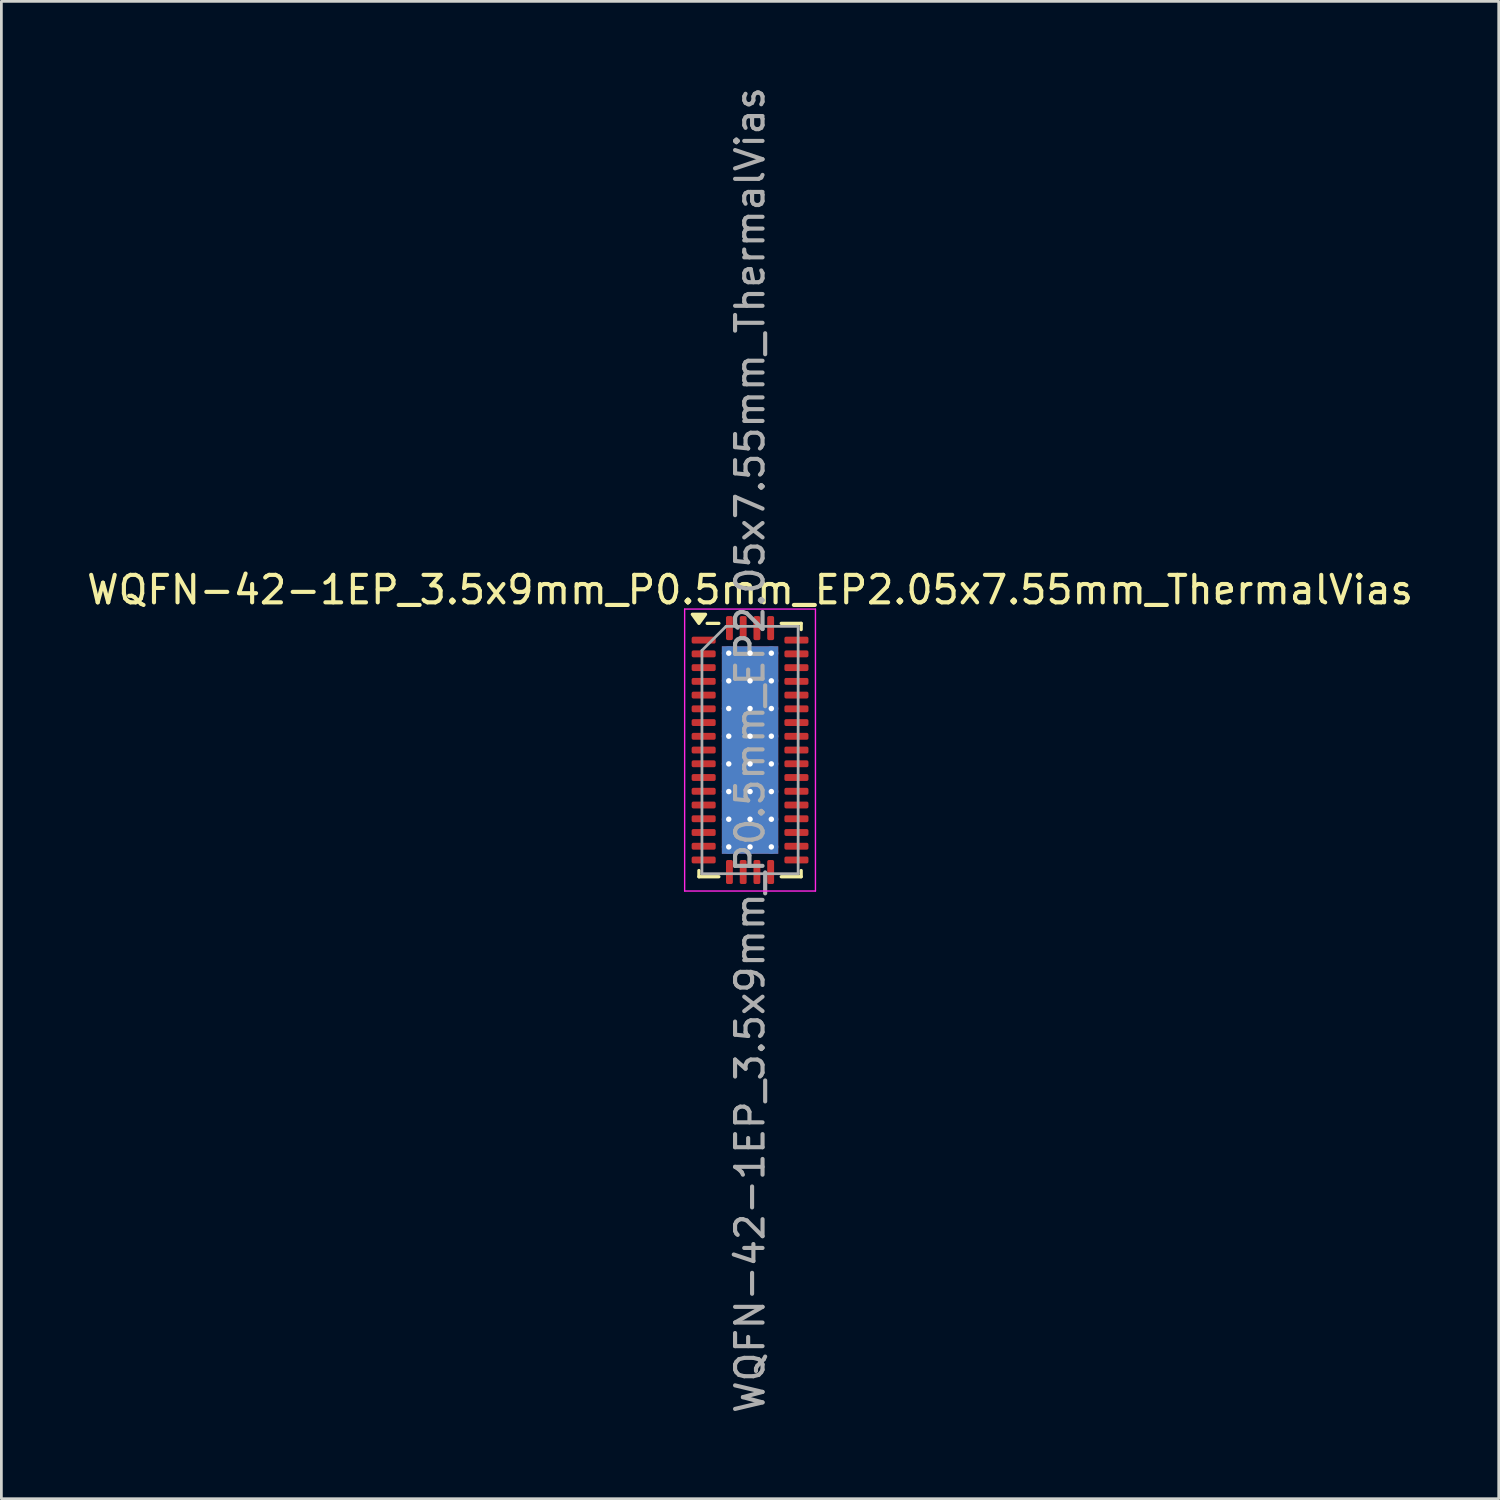
<source format=kicad_pcb>
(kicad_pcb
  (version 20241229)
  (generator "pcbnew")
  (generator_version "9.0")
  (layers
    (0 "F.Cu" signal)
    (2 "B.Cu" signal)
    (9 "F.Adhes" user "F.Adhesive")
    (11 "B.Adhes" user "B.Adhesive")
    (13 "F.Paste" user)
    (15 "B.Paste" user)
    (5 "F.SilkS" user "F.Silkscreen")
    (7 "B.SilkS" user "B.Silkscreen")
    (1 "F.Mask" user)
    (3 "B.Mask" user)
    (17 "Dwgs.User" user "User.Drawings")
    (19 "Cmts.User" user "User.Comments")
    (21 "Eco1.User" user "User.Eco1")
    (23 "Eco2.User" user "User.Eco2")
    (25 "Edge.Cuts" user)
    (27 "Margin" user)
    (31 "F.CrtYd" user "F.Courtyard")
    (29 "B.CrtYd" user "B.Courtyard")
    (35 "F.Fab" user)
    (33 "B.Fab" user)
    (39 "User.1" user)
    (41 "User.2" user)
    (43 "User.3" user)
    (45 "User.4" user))
  (footprint "WQFN-42-1EP_3.5x9mm_P0.5mm_EP2.05x7.55mm_ThermalVias"
    (layer "F.Cu")
    (at 24.244 24.244)
    (property "Reference" "WQFN-42-1EP_3.5x9mm_P0.5mm_EP2.05x7.55mm_ThermalVias" (at 0 -5.83 0) (layer "F.SilkS") (effects (font (size 1 1) (thickness 0.15))))
    (attr smd)
    (fp_line (start -1.86 4.61) (end -1.86 4.385) (stroke (width 0.12) (type solid)) (layer "F.SilkS"))
    (fp_line (start -1.135 -4.61) (end -1.56 -4.61) (stroke (width 0.12) (type solid)) (layer "F.SilkS"))
    (fp_line (start -1.135 4.61) (end -1.86 4.61) (stroke (width 0.12) (type solid)) (layer "F.SilkS"))
    (fp_line (start 1.135 -4.61) (end 1.86 -4.61) (stroke (width 0.12) (type solid)) (layer "F.SilkS"))
    (fp_line (start 1.135 4.61) (end 1.86 4.61) (stroke (width 0.12) (type solid)) (layer "F.SilkS"))
    (fp_line (start 1.86 -4.61) (end 1.86 -4.385) (stroke (width 0.12) (type solid)) (layer "F.SilkS"))
    (fp_line (start 1.86 4.61) (end 1.86 4.385) (stroke (width 0.12) (type solid)) (layer "F.SilkS"))
    (fp_poly (pts (xy -1.86 -4.61) (xy -2.1 -4.94) (xy -1.62 -4.94) (xy -1.86 -4.61)) (stroke (width 0.12) (type solid)) (fill yes) (layer "F.SilkS"))
    (fp_line (start -2.38 -5.13) (end -2.38 5.13) (stroke (width 0.05) (type solid)) (layer "F.CrtYd"))
    (fp_line (start -2.38 5.13) (end 2.38 5.13) (stroke (width 0.05) (type solid)) (layer "F.CrtYd"))
    (fp_line (start 2.38 -5.13) (end -2.38 -5.13) (stroke (width 0.05) (type solid)) (layer "F.CrtYd"))
    (fp_line (start 2.38 5.13) (end 2.38 -5.13) (stroke (width 0.05) (type solid)) (layer "F.CrtYd"))
    (fp_line (start -1.75 -3.625) (end -0.875 -4.5) (stroke (width 0.1) (type solid)) (layer "F.Fab"))
    (fp_line (start -1.75 4.5) (end -1.75 -3.625) (stroke (width 0.1) (type solid)) (layer "F.Fab"))
    (fp_line (start -0.875 -4.5) (end 1.75 -4.5) (stroke (width 0.1) (type solid)) (layer "F.Fab"))
    (fp_line (start 1.75 -4.5) (end 1.75 4.5) (stroke (width 0.1) (type solid)) (layer "F.Fab"))
    (fp_line (start 1.75 4.5) (end -1.75 4.5) (stroke (width 0.1) (type solid)) (layer "F.Fab"))
    (fp_text user "${REFERENCE}" (at 0 0 90) (layer "F.Fab") (effects (font (size 1 1) (thickness 0.15))))
    (pad "" smd roundrect (at -0.51 -3.24) (size 0.83 0.87) (layers "F.Paste") (roundrect_rratio 0.25))
    (pad "" smd roundrect (at -0.51 -2.16) (size 0.83 0.87) (layers "F.Paste") (roundrect_rratio 0.25))
    (pad "" smd roundrect (at -0.51 -1.08) (size 0.83 0.87) (layers "F.Paste") (roundrect_rratio 0.25))
    (pad "" smd roundrect (at -0.51 0) (size 0.83 0.87) (layers "F.Paste") (roundrect_rratio 0.25))
    (pad "" smd roundrect (at -0.51 1.08) (size 0.83 0.87) (layers "F.Paste") (roundrect_rratio 0.25))
    (pad "" smd roundrect (at -0.51 2.16) (size 0.83 0.87) (layers "F.Paste") (roundrect_rratio 0.25))
    (pad "" smd roundrect (at -0.51 3.24) (size 0.83 0.87) (layers "F.Paste") (roundrect_rratio 0.25))
    (pad "" smd roundrect (at 0.51 -3.24) (size 0.83 0.87) (layers "F.Paste") (roundrect_rratio 0.25))
    (pad "" smd roundrect (at 0.51 -2.16) (size 0.83 0.87) (layers "F.Paste") (roundrect_rratio 0.25))
    (pad "" smd roundrect (at 0.51 -1.08) (size 0.83 0.87) (layers "F.Paste") (roundrect_rratio 0.25))
    (pad "" smd roundrect (at 0.51 0) (size 0.83 0.87) (layers "F.Paste") (roundrect_rratio 0.25))
    (pad "" smd roundrect (at 0.51 1.08) (size 0.83 0.87) (layers "F.Paste") (roundrect_rratio 0.25))
    (pad "" smd roundrect (at 0.51 2.16) (size 0.83 0.87) (layers "F.Paste") (roundrect_rratio 0.25))
    (pad "" smd roundrect (at 0.51 3.24) (size 0.83 0.87) (layers "F.Paste") (roundrect_rratio 0.25))
    (pad "1" smd roundrect (at -1.688 -4) (size 0.875 0.25) (layers "F.Cu" "F.Mask" "F.Paste") (roundrect_rratio 0.25))
    (pad "2" smd roundrect (at -1.688 -3.5) (size 0.875 0.25) (layers "F.Cu" "F.Mask" "F.Paste") (roundrect_rratio 0.25))
    (pad "3" smd roundrect (at -1.688 -3) (size 0.875 0.25) (layers "F.Cu" "F.Mask" "F.Paste") (roundrect_rratio 0.25))
    (pad "4" smd roundrect (at -1.688 -2.5) (size 0.875 0.25) (layers "F.Cu" "F.Mask" "F.Paste") (roundrect_rratio 0.25))
    (pad "5" smd roundrect (at -1.688 -2) (size 0.875 0.25) (layers "F.Cu" "F.Mask" "F.Paste") (roundrect_rratio 0.25))
    (pad "6" smd roundrect (at -1.688 -1.5) (size 0.875 0.25) (layers "F.Cu" "F.Mask" "F.Paste") (roundrect_rratio 0.25))
    (pad "7" smd roundrect (at -1.688 -1) (size 0.875 0.25) (layers "F.Cu" "F.Mask" "F.Paste") (roundrect_rratio 0.25))
    (pad "8" smd roundrect (at -1.688 -0.5) (size 0.875 0.25) (layers "F.Cu" "F.Mask" "F.Paste") (roundrect_rratio 0.25))
    (pad "9" smd roundrect (at -1.688 0) (size 0.875 0.25) (layers "F.Cu" "F.Mask" "F.Paste") (roundrect_rratio 0.25))
    (pad "10" smd roundrect (at -1.688 0.5) (size 0.875 0.25) (layers "F.Cu" "F.Mask" "F.Paste") (roundrect_rratio 0.25))
    (pad "11" smd roundrect (at -1.688 1) (size 0.875 0.25) (layers "F.Cu" "F.Mask" "F.Paste") (roundrect_rratio 0.25))
    (pad "12" smd roundrect (at -1.688 1.5) (size 0.875 0.25) (layers "F.Cu" "F.Mask" "F.Paste") (roundrect_rratio 0.25))
    (pad "13" smd roundrect (at -1.688 2) (size 0.875 0.25) (layers "F.Cu" "F.Mask" "F.Paste") (roundrect_rratio 0.25))
    (pad "14" smd roundrect (at -1.688 2.5) (size 0.875 0.25) (layers "F.Cu" "F.Mask" "F.Paste") (roundrect_rratio 0.25))
    (pad "15" smd roundrect (at -1.688 3) (size 0.875 0.25) (layers "F.Cu" "F.Mask" "F.Paste") (roundrect_rratio 0.25))
    (pad "16" smd roundrect (at -1.688 3.5) (size 0.875 0.25) (layers "F.Cu" "F.Mask" "F.Paste") (roundrect_rratio 0.25))
    (pad "17" smd roundrect (at -1.688 4) (size 0.875 0.25) (layers "F.Cu" "F.Mask" "F.Paste") (roundrect_rratio 0.25))
    (pad "18" smd roundrect (at -0.75 4.438) (size 0.25 0.875) (layers "F.Cu" "F.Mask" "F.Paste") (roundrect_rratio 0.25))
    (pad "19" smd roundrect (at -0.25 4.438) (size 0.25 0.875) (layers "F.Cu" "F.Mask" "F.Paste") (roundrect_rratio 0.25))
    (pad "20" smd roundrect (at 0.25 4.438) (size 0.25 0.875) (layers "F.Cu" "F.Mask" "F.Paste") (roundrect_rratio 0.25))
    (pad "21" smd roundrect (at 0.75 4.438) (size 0.25 0.875) (layers "F.Cu" "F.Mask" "F.Paste") (roundrect_rratio 0.25))
    (pad "22" smd roundrect (at 1.688 4) (size 0.875 0.25) (layers "F.Cu" "F.Mask" "F.Paste") (roundrect_rratio 0.25))
    (pad "23" smd roundrect (at 1.688 3.5) (size 0.875 0.25) (layers "F.Cu" "F.Mask" "F.Paste") (roundrect_rratio 0.25))
    (pad "24" smd roundrect (at 1.688 3) (size 0.875 0.25) (layers "F.Cu" "F.Mask" "F.Paste") (roundrect_rratio 0.25))
    (pad "25" smd roundrect (at 1.688 2.5) (size 0.875 0.25) (layers "F.Cu" "F.Mask" "F.Paste") (roundrect_rratio 0.25))
    (pad "26" smd roundrect (at 1.688 2) (size 0.875 0.25) (layers "F.Cu" "F.Mask" "F.Paste") (roundrect_rratio 0.25))
    (pad "27" smd roundrect (at 1.688 1.5) (size 0.875 0.25) (layers "F.Cu" "F.Mask" "F.Paste") (roundrect_rratio 0.25))
    (pad "28" smd roundrect (at 1.688 1) (size 0.875 0.25) (layers "F.Cu" "F.Mask" "F.Paste") (roundrect_rratio 0.25))
    (pad "29" smd roundrect (at 1.688 0.5) (size 0.875 0.25) (layers "F.Cu" "F.Mask" "F.Paste") (roundrect_rratio 0.25))
    (pad "30" smd roundrect (at 1.688 0) (size 0.875 0.25) (layers "F.Cu" "F.Mask" "F.Paste") (roundrect_rratio 0.25))
    (pad "31" smd roundrect (at 1.688 -0.5) (size 0.875 0.25) (layers "F.Cu" "F.Mask" "F.Paste") (roundrect_rratio 0.25))
    (pad "32" smd roundrect (at 1.688 -1) (size 0.875 0.25) (layers "F.Cu" "F.Mask" "F.Paste") (roundrect_rratio 0.25))
    (pad "33" smd roundrect (at 1.688 -1.5) (size 0.875 0.25) (layers "F.Cu" "F.Mask" "F.Paste") (roundrect_rratio 0.25))
    (pad "34" smd roundrect (at 1.688 -2) (size 0.875 0.25) (layers "F.Cu" "F.Mask" "F.Paste") (roundrect_rratio 0.25))
    (pad "35" smd roundrect (at 1.688 -2.5) (size 0.875 0.25) (layers "F.Cu" "F.Mask" "F.Paste") (roundrect_rratio 0.25))
    (pad "36" smd roundrect (at 1.688 -3) (size 0.875 0.25) (layers "F.Cu" "F.Mask" "F.Paste") (roundrect_rratio 0.25))
    (pad "37" smd roundrect (at 1.688 -3.5) (size 0.875 0.25) (layers "F.Cu" "F.Mask" "F.Paste") (roundrect_rratio 0.25))
    (pad "38" smd roundrect (at 1.688 -4) (size 0.875 0.25) (layers "F.Cu" "F.Mask" "F.Paste") (roundrect_rratio 0.25))
    (pad "39" smd roundrect (at 0.75 -4.438) (size 0.25 0.875) (layers "F.Cu" "F.Mask" "F.Paste") (roundrect_rratio 0.25))
    (pad "40" smd roundrect (at 0.25 -4.438) (size 0.25 0.875) (layers "F.Cu" "F.Mask" "F.Paste") (roundrect_rratio 0.25))
    (pad "41" smd roundrect (at -0.25 -4.438) (size 0.25 0.875) (layers "F.Cu" "F.Mask" "F.Paste") (roundrect_rratio 0.25))
    (pad "42" smd roundrect (at -0.75 -4.438) (size 0.25 0.875) (layers "F.Cu" "F.Mask" "F.Paste") (roundrect_rratio 0.25))
    (pad "43" thru_hole circle (at -0.775 -3.525) (size 0.5 0.5) (drill 0.2) (property pad_prop_heatsink) (layers "*.Cu"))
    (pad "43" thru_hole circle (at -0.775 -2.518) (size 0.5 0.5) (drill 0.2) (property pad_prop_heatsink) (layers "*.Cu"))
    (pad "43" thru_hole circle (at -0.775 -1.511) (size 0.5 0.5) (drill 0.2) (property pad_prop_heatsink) (layers "*.Cu"))
    (pad "43" thru_hole circle (at -0.775 -0.504) (size 0.5 0.5) (drill 0.2) (property pad_prop_heatsink) (layers "*.Cu"))
    (pad "43" thru_hole circle (at -0.775 0.504) (size 0.5 0.5) (drill 0.2) (property pad_prop_heatsink) (layers "*.Cu"))
    (pad "43" thru_hole circle (at -0.775 1.511) (size 0.5 0.5) (drill 0.2) (property pad_prop_heatsink) (layers "*.Cu"))
    (pad "43" thru_hole circle (at -0.775 2.518) (size 0.5 0.5) (drill 0.2) (property pad_prop_heatsink) (layers "*.Cu"))
    (pad "43" thru_hole circle (at -0.775 3.525) (size 0.5 0.5) (drill 0.2) (property pad_prop_heatsink) (layers "*.Cu"))
    (pad "43" thru_hole circle (at 0 -3.525) (size 0.5 0.5) (drill 0.2) (property pad_prop_heatsink) (layers "*.Cu"))
    (pad "43" thru_hole circle (at 0 -2.518) (size 0.5 0.5) (drill 0.2) (property pad_prop_heatsink) (layers "*.Cu"))
    (pad "43" thru_hole circle (at 0 -1.511) (size 0.5 0.5) (drill 0.2) (property pad_prop_heatsink) (layers "*.Cu"))
    (pad "43" thru_hole circle (at 0 -0.504) (size 0.5 0.5) (drill 0.2) (property pad_prop_heatsink) (layers "*.Cu"))
    (pad "43" smd rect (at 0 0) (size 2.05 7.55) (property pad_prop_heatsink) (layers "F.Cu" "F.Mask"))
    (pad "43" smd rect (at 0 0) (size 2.05 7.55) (property pad_prop_heatsink) (layers "B.Cu"))
    (pad "43" thru_hole circle (at 0 0.504) (size 0.5 0.5) (drill 0.2) (property pad_prop_heatsink) (layers "*.Cu"))
    (pad "43" thru_hole circle (at 0 1.511) (size 0.5 0.5) (drill 0.2) (property pad_prop_heatsink) (layers "*.Cu"))
    (pad "43" thru_hole circle (at 0 2.518) (size 0.5 0.5) (drill 0.2) (property pad_prop_heatsink) (layers "*.Cu"))
    (pad "43" thru_hole circle (at 0 3.525) (size 0.5 0.5) (drill 0.2) (property pad_prop_heatsink) (layers "*.Cu"))
    (pad "43" thru_hole circle (at 0.775 -3.525) (size 0.5 0.5) (drill 0.2) (property pad_prop_heatsink) (layers "*.Cu"))
    (pad "43" thru_hole circle (at 0.775 -2.518) (size 0.5 0.5) (drill 0.2) (property pad_prop_heatsink) (layers "*.Cu"))
    (pad "43" thru_hole circle (at 0.775 -1.511) (size 0.5 0.5) (drill 0.2) (property pad_prop_heatsink) (layers "*.Cu"))
    (pad "43" thru_hole circle (at 0.775 -0.504) (size 0.5 0.5) (drill 0.2) (property pad_prop_heatsink) (layers "*.Cu"))
    (pad "43" thru_hole circle (at 0.775 0.504) (size 0.5 0.5) (drill 0.2) (property pad_prop_heatsink) (layers "*.Cu"))
    (pad "43" thru_hole circle (at 0.775 1.511) (size 0.5 0.5) (drill 0.2) (property pad_prop_heatsink) (layers "*.Cu"))
    (pad "43" thru_hole circle (at 0.775 2.518) (size 0.5 0.5) (drill 0.2) (property pad_prop_heatsink) (layers "*.Cu"))
    (pad "43" thru_hole circle (at 0.775 3.525) (size 0.5 0.5) (drill 0.2) (property pad_prop_heatsink) (layers "*.Cu")))
  (gr_rect
    (start -3 -3)
    (end 51.488 51.488)
    (stroke (width 0.1) (type default))
    (fill no)
    (layer "Edge.Cuts")))
</source>
